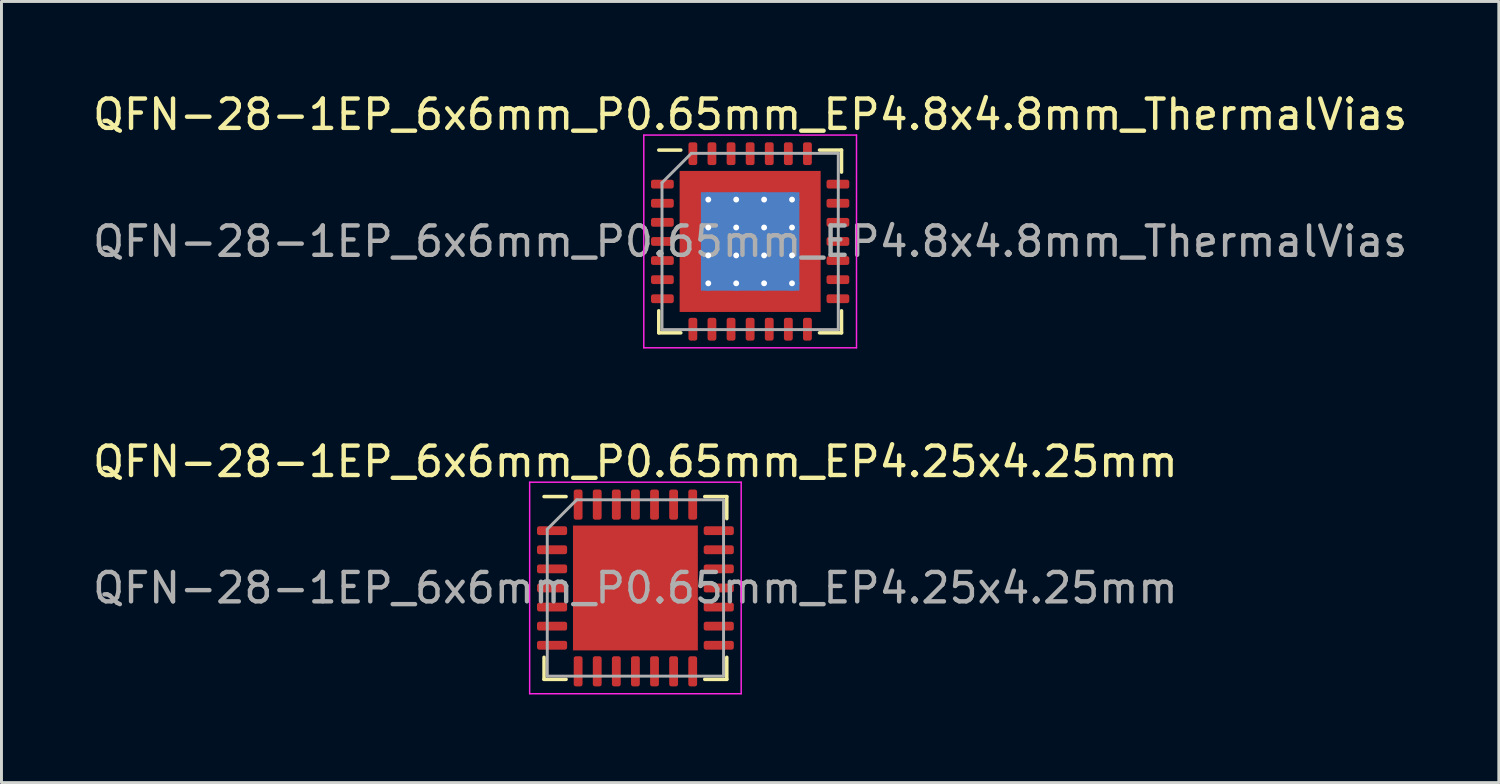
<source format=kicad_pcb>
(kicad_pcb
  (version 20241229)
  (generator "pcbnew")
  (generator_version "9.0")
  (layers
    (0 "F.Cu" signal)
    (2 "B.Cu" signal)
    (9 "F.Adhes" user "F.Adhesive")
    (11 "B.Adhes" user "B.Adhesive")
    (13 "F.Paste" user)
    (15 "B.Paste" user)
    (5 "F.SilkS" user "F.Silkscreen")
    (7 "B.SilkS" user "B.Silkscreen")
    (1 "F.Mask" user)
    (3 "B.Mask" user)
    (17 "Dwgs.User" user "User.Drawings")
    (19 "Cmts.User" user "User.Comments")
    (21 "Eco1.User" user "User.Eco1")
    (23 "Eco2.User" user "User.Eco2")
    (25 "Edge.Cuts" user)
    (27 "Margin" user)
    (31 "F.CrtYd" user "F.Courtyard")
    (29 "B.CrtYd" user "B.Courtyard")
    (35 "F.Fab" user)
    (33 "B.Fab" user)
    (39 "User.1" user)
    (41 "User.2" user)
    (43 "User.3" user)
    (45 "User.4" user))
  (footprint "QFN-28-1EP_6x6mm_P0.65mm_EP4.8x4.8mm_ThermalVias"
    (layer "F.Cu")
    (at 22.482 5.168)
    (property "Reference" "QFN-28-1EP_6x6mm_P0.65mm_EP4.8x4.8mm_ThermalVias" (at 0 -4.32 0) (layer "F.SilkS") (effects (font (size 1 1) (thickness 0.15))))
    (attr smd)
    (fp_line (start -3.11 3.11) (end -3.11 2.36) (stroke (width 0.12) (type solid)) (layer "F.SilkS"))
    (fp_line (start -2.36 -3.11) (end -3.11 -3.11) (stroke (width 0.12) (type solid)) (layer "F.SilkS"))
    (fp_line (start -2.36 3.11) (end -3.11 3.11) (stroke (width 0.12) (type solid)) (layer "F.SilkS"))
    (fp_line (start 2.36 -3.11) (end 3.11 -3.11) (stroke (width 0.12) (type solid)) (layer "F.SilkS"))
    (fp_line (start 2.36 3.11) (end 3.11 3.11) (stroke (width 0.12) (type solid)) (layer "F.SilkS"))
    (fp_line (start 3.11 -3.11) (end 3.11 -2.36) (stroke (width 0.12) (type solid)) (layer "F.SilkS"))
    (fp_line (start 3.11 3.11) (end 3.11 2.36) (stroke (width 0.12) (type solid)) (layer "F.SilkS"))
    (fp_line (start -3.62 -3.62) (end -3.62 3.62) (stroke (width 0.05) (type solid)) (layer "F.CrtYd"))
    (fp_line (start -3.62 3.62) (end 3.62 3.62) (stroke (width 0.05) (type solid)) (layer "F.CrtYd"))
    (fp_line (start 3.62 -3.62) (end -3.62 -3.62) (stroke (width 0.05) (type solid)) (layer "F.CrtYd"))
    (fp_line (start 3.62 3.62) (end 3.62 -3.62) (stroke (width 0.05) (type solid)) (layer "F.CrtYd"))
    (fp_line (start -3 -2) (end -2 -3) (stroke (width 0.1) (type solid)) (layer "F.Fab"))
    (fp_line (start -3 3) (end -3 -2) (stroke (width 0.1) (type solid)) (layer "F.Fab"))
    (fp_line (start -2 -3) (end 3 -3) (stroke (width 0.1) (type solid)) (layer "F.Fab"))
    (fp_line (start 3 -3) (end 3 3) (stroke (width 0.1) (type solid)) (layer "F.Fab"))
    (fp_line (start 3 3) (end -3 3) (stroke (width 0.1) (type solid)) (layer "F.Fab"))
    (fp_text user "${REFERENCE}" (at 0 0 0) (layer "F.Fab") (effects (font (size 1 1) (thickness 0.15))))
    (pad "" smd roundrect (at -1.913 -1.913) (size 0.786 0.786) (layers "F.Paste") (roundrect_rratio 0.25))
    (pad "" smd roundrect (at -1.913 -0.95) (size 0.786 0.766) (layers "F.Paste") (roundrect_rratio 0.25))
    (pad "" smd roundrect (at -1.913 0) (size 0.786 0.766) (layers "F.Paste") (roundrect_rratio 0.25))
    (pad "" smd roundrect (at -1.913 0.95) (size 0.786 0.766) (layers "F.Paste") (roundrect_rratio 0.25))
    (pad "" smd roundrect (at -1.913 1.913) (size 0.786 0.786) (layers "F.Paste") (roundrect_rratio 0.25))
    (pad "" smd roundrect (at -0.95 -1.913) (size 0.766 0.786) (layers "F.Paste") (roundrect_rratio 0.25))
    (pad "" smd roundrect (at -0.95 -0.95) (size 0.766 0.766) (layers "F.Paste") (roundrect_rratio 0.25))
    (pad "" smd roundrect (at -0.95 0) (size 0.766 0.766) (layers "F.Paste") (roundrect_rratio 0.25))
    (pad "" smd roundrect (at -0.95 0.95) (size 0.766 0.766) (layers "F.Paste") (roundrect_rratio 0.25))
    (pad "" smd roundrect (at -0.95 1.913) (size 0.766 0.786) (layers "F.Paste") (roundrect_rratio 0.25))
    (pad "" smd roundrect (at 0 -1.913) (size 0.766 0.786) (layers "F.Paste") (roundrect_rratio 0.25))
    (pad "" smd roundrect (at 0 -0.95) (size 0.766 0.766) (layers "F.Paste") (roundrect_rratio 0.25))
    (pad "" smd roundrect (at 0 0) (size 0.766 0.766) (layers "F.Paste") (roundrect_rratio 0.25))
    (pad "" smd roundrect (at 0 0.95) (size 0.766 0.766) (layers "F.Paste") (roundrect_rratio 0.25))
    (pad "" smd roundrect (at 0 1.913) (size 0.766 0.786) (layers "F.Paste") (roundrect_rratio 0.25))
    (pad "" smd roundrect (at 0.95 -1.913) (size 0.766 0.786) (layers "F.Paste") (roundrect_rratio 0.25))
    (pad "" smd roundrect (at 0.95 -0.95) (size 0.766 0.766) (layers "F.Paste") (roundrect_rratio 0.25))
    (pad "" smd roundrect (at 0.95 0) (size 0.766 0.766) (layers "F.Paste") (roundrect_rratio 0.25))
    (pad "" smd roundrect (at 0.95 0.95) (size 0.766 0.766) (layers "F.Paste") (roundrect_rratio 0.25))
    (pad "" smd roundrect (at 0.95 1.913) (size 0.766 0.786) (layers "F.Paste") (roundrect_rratio 0.25))
    (pad "" smd roundrect (at 1.913 -1.913) (size 0.786 0.786) (layers "F.Paste") (roundrect_rratio 0.25))
    (pad "" smd roundrect (at 1.913 -0.95) (size 0.786 0.766) (layers "F.Paste") (roundrect_rratio 0.25))
    (pad "" smd roundrect (at 1.913 0) (size 0.786 0.766) (layers "F.Paste") (roundrect_rratio 0.25))
    (pad "" smd roundrect (at 1.913 0.95) (size 0.786 0.766) (layers "F.Paste") (roundrect_rratio 0.25))
    (pad "" smd roundrect (at 1.913 1.913) (size 0.786 0.786) (layers "F.Paste") (roundrect_rratio 0.25))
    (pad "1" smd roundrect (at -2.987 -1.95) (size 0.775 0.3) (layers "F.Cu" "F.Mask" "F.Paste") (roundrect_rratio 0.25))
    (pad "2" smd roundrect (at -2.987 -1.3) (size 0.775 0.3) (layers "F.Cu" "F.Mask" "F.Paste") (roundrect_rratio 0.25))
    (pad "3" smd roundrect (at -2.987 -0.65) (size 0.775 0.3) (layers "F.Cu" "F.Mask" "F.Paste") (roundrect_rratio 0.25))
    (pad "4" smd roundrect (at -2.987 0) (size 0.775 0.3) (layers "F.Cu" "F.Mask" "F.Paste") (roundrect_rratio 0.25))
    (pad "5" smd roundrect (at -2.987 0.65) (size 0.775 0.3) (layers "F.Cu" "F.Mask" "F.Paste") (roundrect_rratio 0.25))
    (pad "6" smd roundrect (at -2.987 1.3) (size 0.775 0.3) (layers "F.Cu" "F.Mask" "F.Paste") (roundrect_rratio 0.25))
    (pad "7" smd roundrect (at -2.987 1.95) (size 0.775 0.3) (layers "F.Cu" "F.Mask" "F.Paste") (roundrect_rratio 0.25))
    (pad "8" smd roundrect (at -1.95 2.987) (size 0.3 0.775) (layers "F.Cu" "F.Mask" "F.Paste") (roundrect_rratio 0.25))
    (pad "9" smd roundrect (at -1.3 2.987) (size 0.3 0.775) (layers "F.Cu" "F.Mask" "F.Paste") (roundrect_rratio 0.25))
    (pad "10" smd roundrect (at -0.65 2.987) (size 0.3 0.775) (layers "F.Cu" "F.Mask" "F.Paste") (roundrect_rratio 0.25))
    (pad "11" smd roundrect (at 0 2.987) (size 0.3 0.775) (layers "F.Cu" "F.Mask" "F.Paste") (roundrect_rratio 0.25))
    (pad "12" smd roundrect (at 0.65 2.987) (size 0.3 0.775) (layers "F.Cu" "F.Mask" "F.Paste") (roundrect_rratio 0.25))
    (pad "13" smd roundrect (at 1.3 2.987) (size 0.3 0.775) (layers "F.Cu" "F.Mask" "F.Paste") (roundrect_rratio 0.25))
    (pad "14" smd roundrect (at 1.95 2.987) (size 0.3 0.775) (layers "F.Cu" "F.Mask" "F.Paste") (roundrect_rratio 0.25))
    (pad "15" smd roundrect (at 2.987 1.95) (size 0.775 0.3) (layers "F.Cu" "F.Mask" "F.Paste") (roundrect_rratio 0.25))
    (pad "16" smd roundrect (at 2.987 1.3) (size 0.775 0.3) (layers "F.Cu" "F.Mask" "F.Paste") (roundrect_rratio 0.25))
    (pad "17" smd roundrect (at 2.987 0.65) (size 0.775 0.3) (layers "F.Cu" "F.Mask" "F.Paste") (roundrect_rratio 0.25))
    (pad "18" smd roundrect (at 2.987 0) (size 0.775 0.3) (layers "F.Cu" "F.Mask" "F.Paste") (roundrect_rratio 0.25))
    (pad "19" smd roundrect (at 2.987 -0.65) (size 0.775 0.3) (layers "F.Cu" "F.Mask" "F.Paste") (roundrect_rratio 0.25))
    (pad "20" smd roundrect (at 2.987 -1.3) (size 0.775 0.3) (layers "F.Cu" "F.Mask" "F.Paste") (roundrect_rratio 0.25))
    (pad "21" smd roundrect (at 2.987 -1.95) (size 0.775 0.3) (layers "F.Cu" "F.Mask" "F.Paste") (roundrect_rratio 0.25))
    (pad "22" smd roundrect (at 1.95 -2.987) (size 0.3 0.775) (layers "F.Cu" "F.Mask" "F.Paste") (roundrect_rratio 0.25))
    (pad "23" smd roundrect (at 1.3 -2.987) (size 0.3 0.775) (layers "F.Cu" "F.Mask" "F.Paste") (roundrect_rratio 0.25))
    (pad "24" smd roundrect (at 0.65 -2.987) (size 0.3 0.775) (layers "F.Cu" "F.Mask" "F.Paste") (roundrect_rratio 0.25))
    (pad "25" smd roundrect (at 0 -2.987) (size 0.3 0.775) (layers "F.Cu" "F.Mask" "F.Paste") (roundrect_rratio 0.25))
    (pad "26" smd roundrect (at -0.65 -2.987) (size 0.3 0.775) (layers "F.Cu" "F.Mask" "F.Paste") (roundrect_rratio 0.25))
    (pad "27" smd roundrect (at -1.3 -2.987) (size 0.3 0.775) (layers "F.Cu" "F.Mask" "F.Paste") (roundrect_rratio 0.25))
    (pad "28" smd roundrect (at -1.95 -2.987) (size 0.3 0.775) (layers "F.Cu" "F.Mask" "F.Paste") (roundrect_rratio 0.25))
    (pad "29" thru_hole circle (at -1.425 -1.425) (size 0.5 0.5) (drill 0.2) (layers "*.Cu"))
    (pad "29" thru_hole circle (at -1.425 -0.475) (size 0.5 0.5) (drill 0.2) (layers "*.Cu"))
    (pad "29" thru_hole circle (at -1.425 0.475) (size 0.5 0.5) (drill 0.2) (layers "*.Cu"))
    (pad "29" thru_hole circle (at -1.425 1.425) (size 0.5 0.5) (drill 0.2) (layers "*.Cu"))
    (pad "29" thru_hole circle (at -0.475 -1.425) (size 0.5 0.5) (drill 0.2) (layers "*.Cu"))
    (pad "29" thru_hole circle (at -0.475 -0.475) (size 0.5 0.5) (drill 0.2) (layers "*.Cu"))
    (pad "29" thru_hole circle (at -0.475 0.475) (size 0.5 0.5) (drill 0.2) (layers "*.Cu"))
    (pad "29" thru_hole circle (at -0.475 1.425) (size 0.5 0.5) (drill 0.2) (layers "*.Cu"))
    (pad "29" smd rect (at 0 0) (size 3.35 3.35) (layers "B.Cu"))
    (pad "29" smd rect (at 0 0) (size 4.8 4.8) (layers "F.Cu" "F.Mask"))
    (pad "29" thru_hole circle (at 0.475 -1.425) (size 0.5 0.5) (drill 0.2) (layers "*.Cu"))
    (pad "29" thru_hole circle (at 0.475 -0.475) (size 0.5 0.5) (drill 0.2) (layers "*.Cu"))
    (pad "29" thru_hole circle (at 0.475 0.475) (size 0.5 0.5) (drill 0.2) (layers "*.Cu"))
    (pad "29" thru_hole circle (at 0.475 1.425) (size 0.5 0.5) (drill 0.2) (layers "*.Cu"))
    (pad "29" thru_hole circle (at 1.425 -1.425) (size 0.5 0.5) (drill 0.2) (layers "*.Cu"))
    (pad "29" thru_hole circle (at 1.425 -0.475) (size 0.5 0.5) (drill 0.2) (layers "*.Cu"))
    (pad "29" thru_hole circle (at 1.425 0.475) (size 0.5 0.5) (drill 0.2) (layers "*.Cu"))
    (pad "29" thru_hole circle (at 1.425 1.425) (size 0.5 0.5) (drill 0.2) (layers "*.Cu")))
  (footprint "QFN-28-1EP_6x6mm_P0.65mm_EP4.25x4.25mm"
    (layer "F.Cu")
    (at 18.577 16.962)
    (property "Reference" "QFN-28-1EP_6x6mm_P0.65mm_EP4.25x4.25mm" (at 0 -4.3 0) (layer "F.SilkS") (effects (font (size 1 1) (thickness 0.15))))
    (attr smd)
    (fp_line (start -3.11 3.11) (end -3.11 2.36) (stroke (width 0.12) (type solid)) (layer "F.SilkS"))
    (fp_line (start -2.36 -3.11) (end -3.11 -3.11) (stroke (width 0.12) (type solid)) (layer "F.SilkS"))
    (fp_line (start -2.36 3.11) (end -3.11 3.11) (stroke (width 0.12) (type solid)) (layer "F.SilkS"))
    (fp_line (start 2.36 -3.11) (end 3.11 -3.11) (stroke (width 0.12) (type solid)) (layer "F.SilkS"))
    (fp_line (start 2.36 3.11) (end 3.11 3.11) (stroke (width 0.12) (type solid)) (layer "F.SilkS"))
    (fp_line (start 3.11 -3.11) (end 3.11 -2.36) (stroke (width 0.12) (type solid)) (layer "F.SilkS"))
    (fp_line (start 3.11 3.11) (end 3.11 2.36) (stroke (width 0.12) (type solid)) (layer "F.SilkS"))
    (fp_line (start -3.6 -3.6) (end -3.6 3.6) (stroke (width 0.05) (type solid)) (layer "F.CrtYd"))
    (fp_line (start -3.6 3.6) (end 3.6 3.6) (stroke (width 0.05) (type solid)) (layer "F.CrtYd"))
    (fp_line (start 3.6 -3.6) (end -3.6 -3.6) (stroke (width 0.05) (type solid)) (layer "F.CrtYd"))
    (fp_line (start 3.6 3.6) (end 3.6 -3.6) (stroke (width 0.05) (type solid)) (layer "F.CrtYd"))
    (fp_line (start -3 -2) (end -2 -3) (stroke (width 0.1) (type solid)) (layer "F.Fab"))
    (fp_line (start -3 3) (end -3 -2) (stroke (width 0.1) (type solid)) (layer "F.Fab"))
    (fp_line (start -2 -3) (end 3 -3) (stroke (width 0.1) (type solid)) (layer "F.Fab"))
    (fp_line (start 3 -3) (end 3 3) (stroke (width 0.1) (type solid)) (layer "F.Fab"))
    (fp_line (start 3 3) (end -3 3) (stroke (width 0.1) (type solid)) (layer "F.Fab"))
    (fp_text user "${REFERENCE}" (at 0 0 0) (layer "F.Fab") (effects (font (size 1 1) (thickness 0.15))))
    (pad "" smd roundrect (at -1.42 -1.42) (size 1.14 1.14) (layers "F.Paste") (roundrect_rratio 0.219))
    (pad "" smd roundrect (at -1.42 0) (size 1.14 1.14) (layers "F.Paste") (roundrect_rratio 0.219))
    (pad "" smd roundrect (at -1.42 1.42) (size 1.14 1.14) (layers "F.Paste") (roundrect_rratio 0.219))
    (pad "" smd roundrect (at 0 -1.42) (size 1.14 1.14) (layers "F.Paste") (roundrect_rratio 0.219))
    (pad "" smd roundrect (at 0 0) (size 1.14 1.14) (layers "F.Paste") (roundrect_rratio 0.219))
    (pad "" smd roundrect (at 0 1.42) (size 1.14 1.14) (layers "F.Paste") (roundrect_rratio 0.219))
    (pad "" smd roundrect (at 1.42 -1.42) (size 1.14 1.14) (layers "F.Paste") (roundrect_rratio 0.219))
    (pad "" smd roundrect (at 1.42 0) (size 1.14 1.14) (layers "F.Paste") (roundrect_rratio 0.219))
    (pad "" smd roundrect (at 1.42 1.42) (size 1.14 1.14) (layers "F.Paste") (roundrect_rratio 0.219))
    (pad "1" smd roundrect (at -2.837 -1.95) (size 1.025 0.3) (layers "F.Cu" "F.Mask" "F.Paste") (roundrect_rratio 0.25))
    (pad "2" smd roundrect (at -2.837 -1.3) (size 1.025 0.3) (layers "F.Cu" "F.Mask" "F.Paste") (roundrect_rratio 0.25))
    (pad "3" smd roundrect (at -2.837 -0.65) (size 1.025 0.3) (layers "F.Cu" "F.Mask" "F.Paste") (roundrect_rratio 0.25))
    (pad "4" smd roundrect (at -2.837 0) (size 1.025 0.3) (layers "F.Cu" "F.Mask" "F.Paste") (roundrect_rratio 0.25))
    (pad "5" smd roundrect (at -2.837 0.65) (size 1.025 0.3) (layers "F.Cu" "F.Mask" "F.Paste") (roundrect_rratio 0.25))
    (pad "6" smd roundrect (at -2.837 1.3) (size 1.025 0.3) (layers "F.Cu" "F.Mask" "F.Paste") (roundrect_rratio 0.25))
    (pad "7" smd roundrect (at -2.837 1.95) (size 1.025 0.3) (layers "F.Cu" "F.Mask" "F.Paste") (roundrect_rratio 0.25))
    (pad "8" smd roundrect (at -1.95 2.837) (size 0.3 1.025) (layers "F.Cu" "F.Mask" "F.Paste") (roundrect_rratio 0.25))
    (pad "9" smd roundrect (at -1.3 2.837) (size 0.3 1.025) (layers "F.Cu" "F.Mask" "F.Paste") (roundrect_rratio 0.25))
    (pad "10" smd roundrect (at -0.65 2.837) (size 0.3 1.025) (layers "F.Cu" "F.Mask" "F.Paste") (roundrect_rratio 0.25))
    (pad "11" smd roundrect (at 0 2.837) (size 0.3 1.025) (layers "F.Cu" "F.Mask" "F.Paste") (roundrect_rratio 0.25))
    (pad "12" smd roundrect (at 0.65 2.837) (size 0.3 1.025) (layers "F.Cu" "F.Mask" "F.Paste") (roundrect_rratio 0.25))
    (pad "13" smd roundrect (at 1.3 2.837) (size 0.3 1.025) (layers "F.Cu" "F.Mask" "F.Paste") (roundrect_rratio 0.25))
    (pad "14" smd roundrect (at 1.95 2.837) (size 0.3 1.025) (layers "F.Cu" "F.Mask" "F.Paste") (roundrect_rratio 0.25))
    (pad "15" smd roundrect (at 2.837 1.95) (size 1.025 0.3) (layers "F.Cu" "F.Mask" "F.Paste") (roundrect_rratio 0.25))
    (pad "16" smd roundrect (at 2.837 1.3) (size 1.025 0.3) (layers "F.Cu" "F.Mask" "F.Paste") (roundrect_rratio 0.25))
    (pad "17" smd roundrect (at 2.837 0.65) (size 1.025 0.3) (layers "F.Cu" "F.Mask" "F.Paste") (roundrect_rratio 0.25))
    (pad "18" smd roundrect (at 2.837 0) (size 1.025 0.3) (layers "F.Cu" "F.Mask" "F.Paste") (roundrect_rratio 0.25))
    (pad "19" smd roundrect (at 2.837 -0.65) (size 1.025 0.3) (layers "F.Cu" "F.Mask" "F.Paste") (roundrect_rratio 0.25))
    (pad "20" smd roundrect (at 2.837 -1.3) (size 1.025 0.3) (layers "F.Cu" "F.Mask" "F.Paste") (roundrect_rratio 0.25))
    (pad "21" smd roundrect (at 2.837 -1.95) (size 1.025 0.3) (layers "F.Cu" "F.Mask" "F.Paste") (roundrect_rratio 0.25))
    (pad "22" smd roundrect (at 1.95 -2.837) (size 0.3 1.025) (layers "F.Cu" "F.Mask" "F.Paste") (roundrect_rratio 0.25))
    (pad "23" smd roundrect (at 1.3 -2.837) (size 0.3 1.025) (layers "F.Cu" "F.Mask" "F.Paste") (roundrect_rratio 0.25))
    (pad "24" smd roundrect (at 0.65 -2.837) (size 0.3 1.025) (layers "F.Cu" "F.Mask" "F.Paste") (roundrect_rratio 0.25))
    (pad "25" smd roundrect (at 0 -2.837) (size 0.3 1.025) (layers "F.Cu" "F.Mask" "F.Paste") (roundrect_rratio 0.25))
    (pad "26" smd roundrect (at -0.65 -2.837) (size 0.3 1.025) (layers "F.Cu" "F.Mask" "F.Paste") (roundrect_rratio 0.25))
    (pad "27" smd roundrect (at -1.3 -2.837) (size 0.3 1.025) (layers "F.Cu" "F.Mask" "F.Paste") (roundrect_rratio 0.25))
    (pad "28" smd roundrect (at -1.95 -2.837) (size 0.3 1.025) (layers "F.Cu" "F.Mask" "F.Paste") (roundrect_rratio 0.25))
    (pad "29" smd rect (at 0 0) (size 4.25 4.25) (layers "F.Cu" "F.Mask")))
  (gr_rect
    (start -3 -3)
    (end 47.964 23.587)
    (stroke (width 0.1) (type default))
    (fill no)
    (layer "Edge.Cuts")))
</source>
